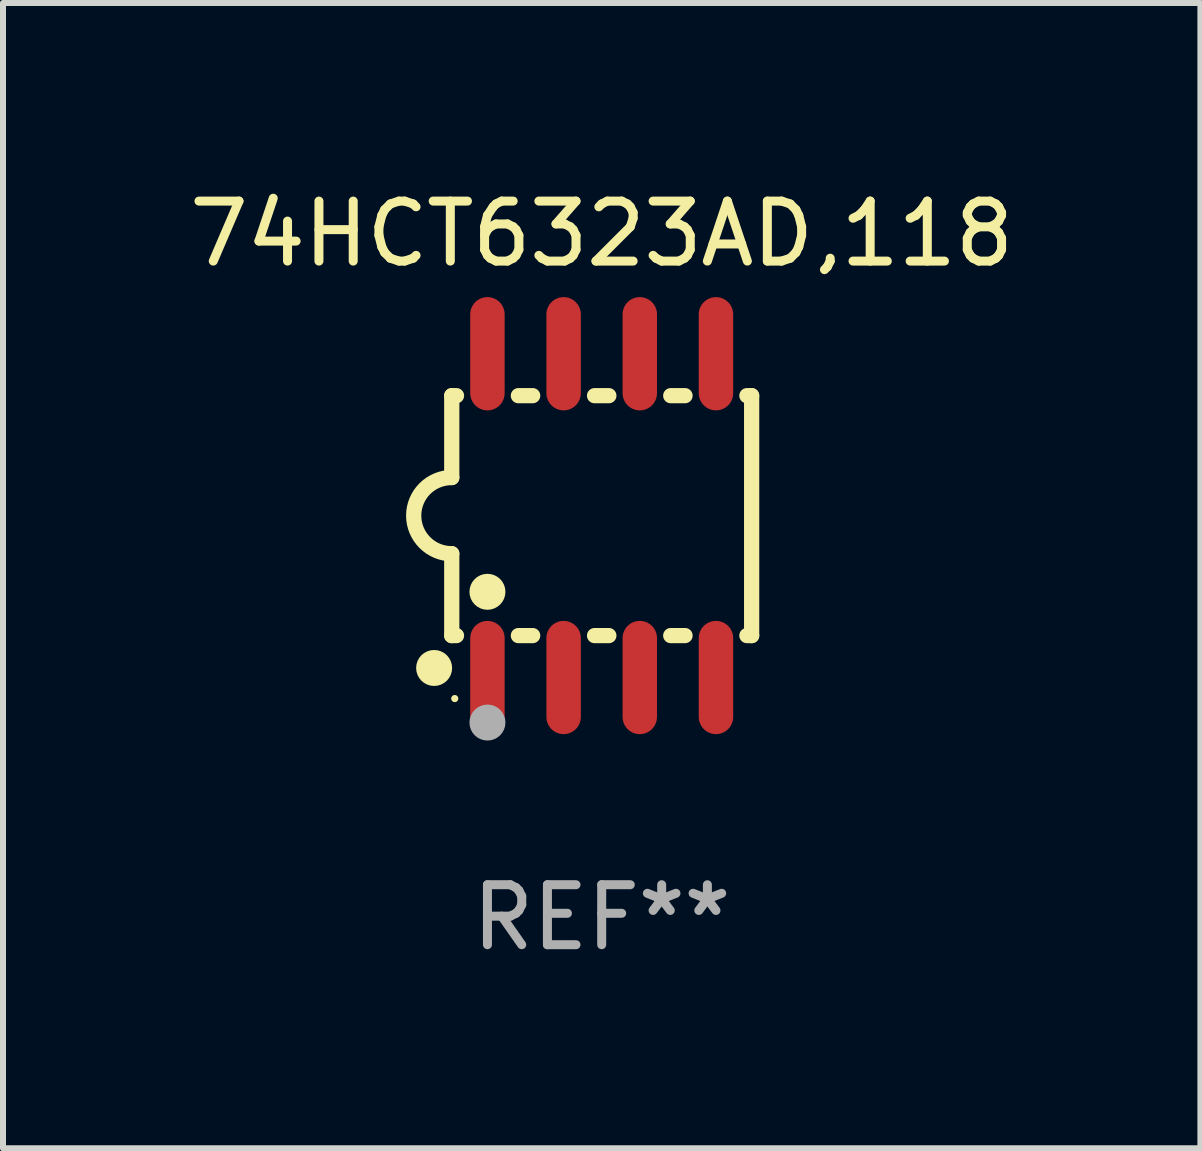
<source format=kicad_pcb>
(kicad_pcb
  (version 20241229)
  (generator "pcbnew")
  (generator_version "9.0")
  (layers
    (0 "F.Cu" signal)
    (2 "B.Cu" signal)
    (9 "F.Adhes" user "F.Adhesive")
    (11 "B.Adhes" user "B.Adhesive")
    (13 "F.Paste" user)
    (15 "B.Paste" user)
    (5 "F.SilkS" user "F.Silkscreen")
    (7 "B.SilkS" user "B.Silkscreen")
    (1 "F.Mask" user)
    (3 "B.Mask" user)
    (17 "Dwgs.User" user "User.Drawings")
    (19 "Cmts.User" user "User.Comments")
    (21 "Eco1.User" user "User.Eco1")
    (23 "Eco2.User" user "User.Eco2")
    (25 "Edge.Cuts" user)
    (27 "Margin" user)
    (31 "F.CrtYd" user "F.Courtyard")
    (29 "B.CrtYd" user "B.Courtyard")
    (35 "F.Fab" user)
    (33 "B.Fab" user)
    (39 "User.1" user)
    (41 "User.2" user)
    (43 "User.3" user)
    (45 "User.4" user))
  (footprint "74HCT6323AD,118"
    (layer "F.Cu")
    (at 6.982 5.547)
    (property "Reference" "74HCT6323AD,118" (at 0 -4.699 0) (layer "F.SilkS") (effects (font (size 1 1) (thickness 0.15))))
    (attr through_hole)
    (fp_line (start -2.5 -2) (end -2.5 -0.635) (stroke (width 0.254) (type solid)) (layer "F.SilkS"))
    (fp_line (start -2.5 -2) (end -2.421 -2) (stroke (width 0.254) (type solid)) (layer "F.SilkS"))
    (fp_line (start -2.5 2) (end -2.5 0.635) (stroke (width 0.254) (type solid)) (layer "F.SilkS"))
    (fp_line (start -2.5 2) (end -2.421 2) (stroke (width 0.254) (type solid)) (layer "F.SilkS"))
    (fp_line (start -1.389 -2) (end -1.151 -2) (stroke (width 0.254) (type solid)) (layer "F.SilkS"))
    (fp_line (start -1.389 2) (end -1.151 2) (stroke (width 0.254) (type solid)) (layer "F.SilkS"))
    (fp_line (start -0.119 -2) (end 0.119 -2) (stroke (width 0.254) (type solid)) (layer "F.SilkS"))
    (fp_line (start -0.119 2) (end 0.119 2) (stroke (width 0.254) (type solid)) (layer "F.SilkS"))
    (fp_line (start 1.151 -2) (end 1.389 -2) (stroke (width 0.254) (type solid)) (layer "F.SilkS"))
    (fp_line (start 1.151 2) (end 1.389 2) (stroke (width 0.254) (type solid)) (layer "F.SilkS"))
    (fp_line (start 2.421 -2) (end 2.5 -2) (stroke (width 0.254) (type solid)) (layer "F.SilkS"))
    (fp_line (start 2.421 2) (end 2.5 2) (stroke (width 0.254) (type solid)) (layer "F.SilkS"))
    (fp_line (start 2.5 -2) (end 2.5 2) (stroke (width 0.254) (type solid)) (layer "F.SilkS"))
    (fp_arc (start -2.5 0.635001) (mid -3.134366 -0.000318) (end -2.499365 -0.635001) (stroke (width 0.254001) (type solid)) (layer "F.SilkS"))
    (fp_circle (center -2.794 2.54) (end -2.644 2.54) (stroke (width 0.3) (type solid)) (fill no) (layer "F.SilkS"))
    (fp_circle (center -2.45 3.05) (end -2.42 3.05) (stroke (width 0.06) (type solid)) (fill no) (layer "F.SilkS"))
    (fp_circle (center -1.905 1.27) (end -1.755 1.27) (stroke (width 0.3) (type solid)) (fill no) (layer "F.SilkS"))
    (fp_circle (center -1.905 3.45) (end -1.755 3.45) (stroke (width 0.3) (type solid)) (fill no) (layer "F.Fab"))
    (fp_text user "REF**" (at 0 6.699 0) (layer "F.Fab") (effects (font (size 1 1) (thickness 0.15))))
    (pad "1" smd oval (at -1.905 2.699) (size 0.574 1.888) (layers "F.Cu" "F.Mask" "F.Paste"))
    (pad "2" smd oval (at -0.635 2.699) (size 0.574 1.888) (layers "F.Cu" "F.Mask" "F.Paste"))
    (pad "3" smd oval (at 0.635 2.699) (size 0.574 1.888) (layers "F.Cu" "F.Mask" "F.Paste"))
    (pad "4" smd oval (at 1.905 2.699) (size 0.574 1.888) (layers "F.Cu" "F.Mask" "F.Paste"))
    (pad "5" smd oval (at 1.905 -2.699) (size 0.574 1.888) (layers "F.Cu" "F.Mask" "F.Paste"))
    (pad "6" smd oval (at 0.635 -2.699) (size 0.574 1.888) (layers "F.Cu" "F.Mask" "F.Paste"))
    (pad "7" smd oval (at -0.635 -2.699) (size 0.574 1.888) (layers "F.Cu" "F.Mask" "F.Paste"))
    (pad "8" smd oval (at -1.905 -2.699) (size 0.574 1.888) (layers "F.Cu" "F.Mask" "F.Paste")))
  (gr_rect
    (start -3 -3)
    (end 16.964 16.095)
    (stroke (width 0.1) (type default))
    (fill no)
    (layer "Edge.Cuts")))
</source>
